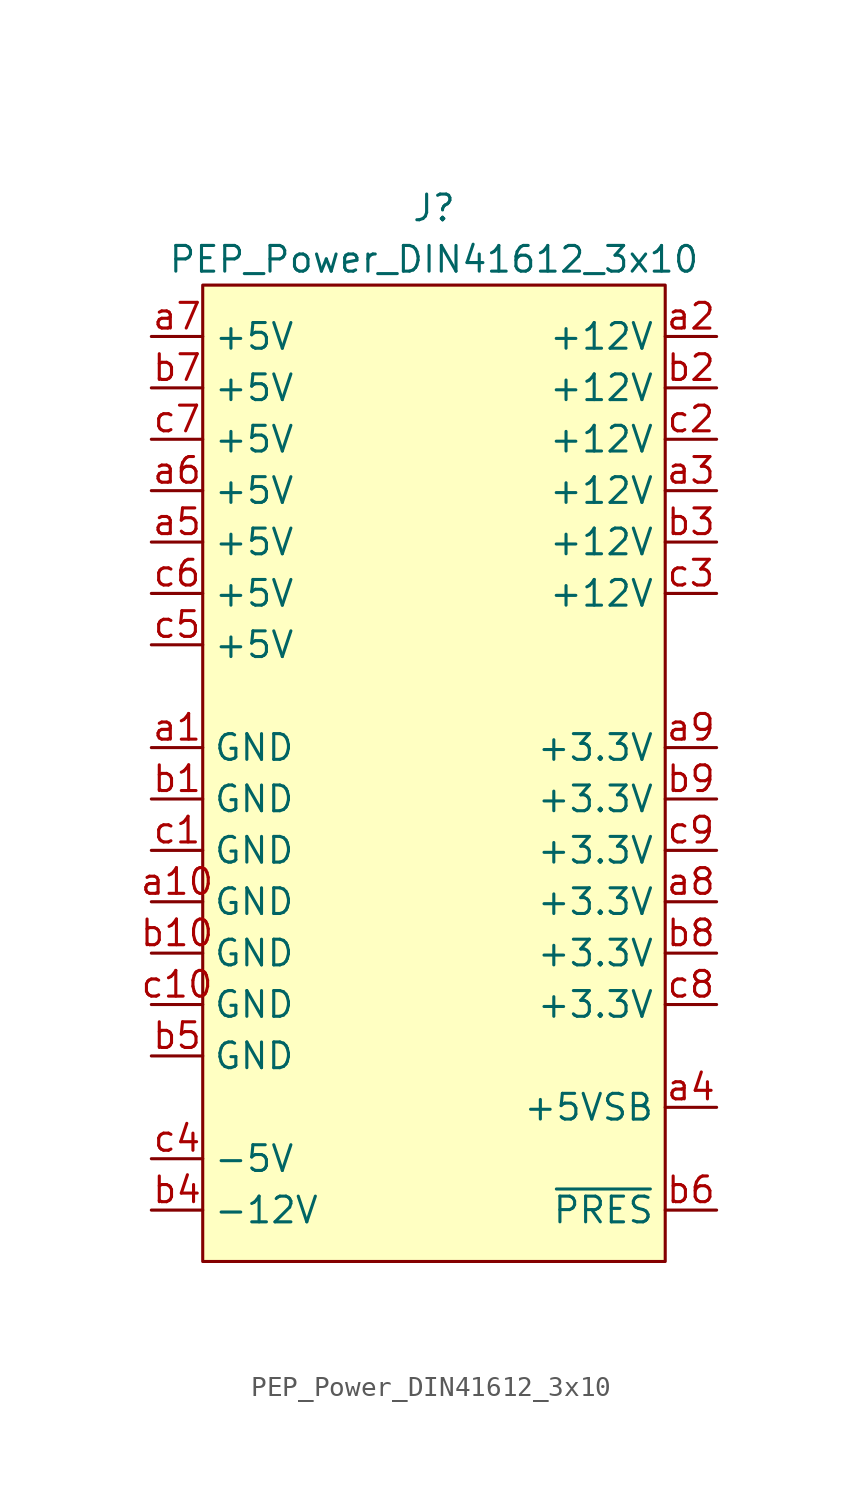
<source format=kicad_sym>
(kicad_symbol_lib
  (version 20220914)
  (generator kicad_symbol_editor)
  (symbol "PEP_Power_DIN41612_3x10"
    (property "Reference" "J"
      (at 0 27.94 0)
      (effects (font (size 1.27 1.27))))
    (property "Value" "PEP_Power_DIN41612_3x10"
      (at 0 25.4 0)
      (effects (font (size 1.27 1.27))))
    (symbol "PEP_Power_DIN41612_3x10_1_1"
      (rectangle (start -11.43 24.13) (end 11.43 -24.13) (stroke (width 0) (type default)) (fill (type background)))
      (pin power_in line (at -13.97 1.27 0) (length 2.54) (name "GND" (effects (font (size 1.27 1.27)))) (number "a1" (effects (font (size 1.27 1.27)))))
      (pin power_in line (at -13.97 -6.35 0) (length 2.54) (name "GND" (effects (font (size 1.27 1.27)))) (number "a10" (effects (font (size 1.27 1.27)))))
      (pin power_in line (at 13.97 21.59 180) (length 2.54) (name "+12V" (effects (font (size 1.27 1.27)))) (number "a2" (effects (font (size 1.27 1.27)))))
      (pin power_in line (at 13.97 13.97 180) (length 2.54) (name "+12V" (effects (font (size 1.27 1.27)))) (number "a3" (effects (font (size 1.27 1.27)))))
      (pin power_in line (at 13.97 -16.51 180) (length 2.54) (name "+5VSB" (effects (font (size 1.27 1.27)))) (number "a4" (effects (font (size 1.27 1.27)))))
      (pin power_in line (at -13.97 11.43 0) (length 2.54) (name "+5V" (effects (font (size 1.27 1.27)))) (number "a5" (effects (font (size 1.27 1.27)))))
      (pin power_in line (at -13.97 13.97 0) (length 2.54) (name "+5V" (effects (font (size 1.27 1.27)))) (number "a6" (effects (font (size 1.27 1.27)))))
      (pin power_in line (at -13.97 21.59 0) (length 2.54) (name "+5V" (effects (font (size 1.27 1.27)))) (number "a7" (effects (font (size 1.27 1.27)))))
      (pin power_in line (at 13.97 -6.35 180) (length 2.54) (name "+3.3V" (effects (font (size 1.27 1.27)))) (number "a8" (effects (font (size 1.27 1.27)))))
      (pin power_in line (at 13.97 1.27 180) (length 2.54) (name "+3.3V" (effects (font (size 1.27 1.27)))) (number "a9" (effects (font (size 1.27 1.27)))))
      (pin power_in line (at -13.97 -1.27 0) (length 2.54) (name "GND" (effects (font (size 1.27 1.27)))) (number "b1" (effects (font (size 1.27 1.27)))))
      (pin power_in line (at -13.97 -8.89 0) (length 2.54) (name "GND" (effects (font (size 1.27 1.27)))) (number "b10" (effects (font (size 1.27 1.27)))))
      (pin power_in line (at 13.97 19.05 180) (length 2.54) (name "+12V" (effects (font (size 1.27 1.27)))) (number "b2" (effects (font (size 1.27 1.27)))))
      (pin power_in line (at 13.97 11.43 180) (length 2.54) (name "+12V" (effects (font (size 1.27 1.27)))) (number "b3" (effects (font (size 1.27 1.27)))))
      (pin power_in line (at -13.97 -21.59 0) (length 2.54) (name "-12V" (effects (font (size 1.27 1.27)))) (number "b4" (effects (font (size 1.27 1.27)))))
      (pin power_in line (at -13.97 -13.97 0) (length 2.54) (name "GND" (effects (font (size 1.27 1.27)))) (number "b5" (effects (font (size 1.27 1.27)))))
      (pin output line (at 13.97 -21.59 180) (length 2.54) (name "~{PRES}" (effects (font (size 1.27 1.27)))) (number "b6" (effects (font (size 1.27 1.27)))))
      (pin power_in line (at -13.97 19.05 0) (length 2.54) (name "+5V" (effects (font (size 1.27 1.27)))) (number "b7" (effects (font (size 1.27 1.27)))))
      (pin power_in line (at 13.97 -8.89 180) (length 2.54) (name "+3.3V" (effects (font (size 1.27 1.27)))) (number "b8" (effects (font (size 1.27 1.27)))))
      (pin power_in line (at 13.97 -1.27 180) (length 2.54) (name "+3.3V" (effects (font (size 1.27 1.27)))) (number "b9" (effects (font (size 1.27 1.27)))))
      (pin power_in line (at -13.97 -3.81 0) (length 2.54) (name "GND" (effects (font (size 1.27 1.27)))) (number "c1" (effects (font (size 1.27 1.27)))))
      (pin power_in line (at -13.97 -11.43 0) (length 2.54) (name "GND" (effects (font (size 1.27 1.27)))) (number "c10" (effects (font (size 1.27 1.27)))))
      (pin power_in line (at 13.97 16.51 180) (length 2.54) (name "+12V" (effects (font (size 1.27 1.27)))) (number "c2" (effects (font (size 1.27 1.27)))))
      (pin power_in line (at 13.97 8.89 180) (length 2.54) (name "+12V" (effects (font (size 1.27 1.27)))) (number "c3" (effects (font (size 1.27 1.27)))))
      (pin power_in line (at -13.97 -19.05 0) (length 2.54) (name "-5V" (effects (font (size 1.27 1.27)))) (number "c4" (effects (font (size 1.27 1.27)))))
      (pin power_in line (at -13.97 6.35 0) (length 2.54) (name "+5V" (effects (font (size 1.27 1.27)))) (number "c5" (effects (font (size 1.27 1.27)))))
      (pin power_in line (at -13.97 8.89 0) (length 2.54) (name "+5V" (effects (font (size 1.27 1.27)))) (number "c6" (effects (font (size 1.27 1.27)))))
      (pin power_in line (at -13.97 16.51 0) (length 2.54) (name "+5V" (effects (font (size 1.27 1.27)))) (number "c7" (effects (font (size 1.27 1.27)))))
      (pin power_in line (at 13.97 -11.43 180) (length 2.54) (name "+3.3V" (effects (font (size 1.27 1.27)))) (number "c8" (effects (font (size 1.27 1.27)))))
      (pin power_in line (at 13.97 -3.81 180) (length 2.54) (name "+3.3V" (effects (font (size 1.27 1.27)))) (number "c9" (effects (font (size 1.27 1.27))))))))
</source>
